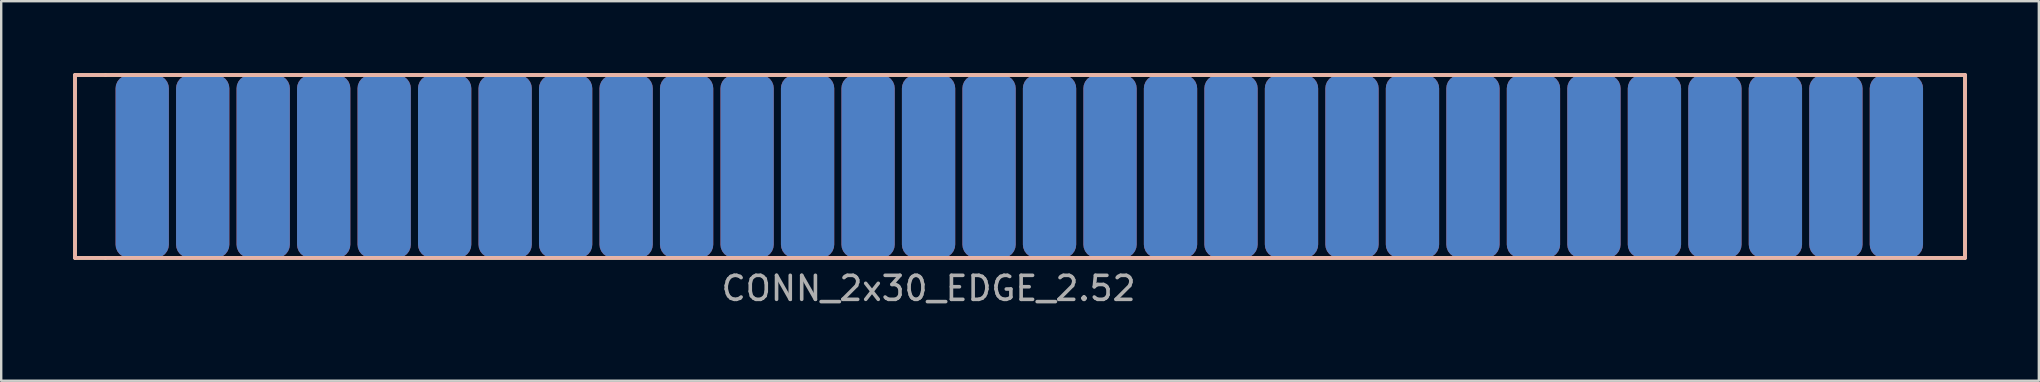
<source format=kicad_pcb>
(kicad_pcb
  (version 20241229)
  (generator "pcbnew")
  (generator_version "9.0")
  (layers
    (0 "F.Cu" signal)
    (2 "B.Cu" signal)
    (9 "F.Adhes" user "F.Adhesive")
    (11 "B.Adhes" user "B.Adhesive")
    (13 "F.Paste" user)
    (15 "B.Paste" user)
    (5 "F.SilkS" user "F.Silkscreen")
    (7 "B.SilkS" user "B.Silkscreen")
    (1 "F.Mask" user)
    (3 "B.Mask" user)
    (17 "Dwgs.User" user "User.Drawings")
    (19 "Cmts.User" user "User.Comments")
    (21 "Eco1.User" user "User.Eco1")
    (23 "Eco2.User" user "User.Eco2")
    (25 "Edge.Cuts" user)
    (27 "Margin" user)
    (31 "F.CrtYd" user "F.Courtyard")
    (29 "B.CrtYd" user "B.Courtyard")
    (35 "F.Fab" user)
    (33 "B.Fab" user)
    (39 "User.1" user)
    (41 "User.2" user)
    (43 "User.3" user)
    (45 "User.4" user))
  (footprint "CONN_2x30_EDGE_2.52"
    (layer "F.Cu")
    (at 35.635 3.885)
    (property "Reference" "CONN_2x30_EDGE_2.52" (at 0 5.08 0) (layer "F.Fab") (effects (font (size 1 1) (thickness 0.15))))
    (attr through_hole)
    (fp_line (start -35.56 -3.81) (end -35.56 3.81) (stroke (width 0.15) (type solid)) (layer "F.SilkS"))
    (fp_line (start -34.29 -3.81) (end -35.56 -3.81) (stroke (width 0.15) (type solid)) (layer "F.SilkS"))
    (fp_line (start -34.29 -3.81) (end 43.18 -3.81) (stroke (width 0.15) (type solid)) (layer "F.SilkS"))
    (fp_line (start -34.29 3.81) (end -35.56 3.81) (stroke (width 0.15) (type solid)) (layer "F.SilkS"))
    (fp_line (start 43.18 -3.81) (end 43.18 3.81) (stroke (width 0.15) (type solid)) (layer "F.SilkS"))
    (fp_line (start 43.18 3.81) (end -34.29 3.81) (stroke (width 0.15) (type solid)) (layer "F.SilkS"))
    (fp_line (start -35.56 -3.81) (end 43.18 -3.81) (stroke (width 0.15) (type solid)) (layer "B.SilkS"))
    (fp_line (start -35.56 3.81) (end -35.56 -3.81) (stroke (width 0.15) (type solid)) (layer "B.SilkS"))
    (fp_line (start 43.18 -3.81) (end 43.18 3.81) (stroke (width 0.15) (type solid)) (layer "B.SilkS"))
    (fp_line (start 43.18 3.81) (end -35.56 3.81) (stroke (width 0.15) (type solid)) (layer "B.SilkS"))
    (pad "a1" connect roundrect (at -32.76 0) (size 2.22 7.62) (layers "F.Cu" "F.Mask" "F.Paste") (roundrect_rratio 0.25))
    (pad "a2" connect roundrect (at -30.24 0) (size 2.22 7.62) (layers "F.Cu" "F.Mask" "F.Paste") (roundrect_rratio 0.25))
    (pad "a3" connect roundrect (at -27.72 0) (size 2.22 7.62) (layers "F.Cu" "F.Mask" "F.Paste") (roundrect_rratio 0.25))
    (pad "a4" connect roundrect (at -25.2 0) (size 2.22 7.62) (layers "F.Cu" "F.Mask" "F.Paste") (roundrect_rratio 0.25))
    (pad "a5" connect roundrect (at -22.68 0) (size 2.22 7.62) (layers "F.Cu" "F.Mask" "F.Paste") (roundrect_rratio 0.25))
    (pad "a6" connect roundrect (at -20.16 0) (size 2.22 7.62) (layers "F.Cu" "F.Mask" "F.Paste") (roundrect_rratio 0.25))
    (pad "a7" connect roundrect (at -17.64 0) (size 2.22 7.62) (layers "F.Cu" "F.Mask" "F.Paste") (roundrect_rratio 0.25))
    (pad "a8" connect roundrect (at -15.12 0) (size 2.22 7.62) (layers "F.Cu" "F.Mask" "F.Paste") (roundrect_rratio 0.25))
    (pad "a9" connect roundrect (at -12.6 0) (size 2.22 7.62) (layers "F.Cu" "F.Mask" "F.Paste") (roundrect_rratio 0.25))
    (pad "a10" connect roundrect (at -10.08 0) (size 2.22 7.62) (layers "F.Cu" "F.Mask" "F.Paste") (roundrect_rratio 0.25))
    (pad "a11" connect roundrect (at -7.56 0) (size 2.22 7.62) (layers "F.Cu" "F.Mask" "F.Paste") (roundrect_rratio 0.25))
    (pad "a12" connect roundrect (at -5.04 0) (size 2.22 7.62) (layers "F.Cu" "F.Mask" "F.Paste") (roundrect_rratio 0.25))
    (pad "a13" connect roundrect (at -2.52 0) (size 2.22 7.62) (layers "F.Cu" "F.Mask" "F.Paste") (roundrect_rratio 0.25))
    (pad "a14" connect roundrect (at 0 0) (size 2.22 7.62) (layers "F.Cu" "F.Mask" "F.Paste") (roundrect_rratio 0.25))
    (pad "a15" connect roundrect (at 2.52 0) (size 2.22 7.62) (layers "F.Cu" "F.Mask" "F.Paste") (roundrect_rratio 0.25))
    (pad "a16" connect roundrect (at 5.04 0) (size 2.22 7.62) (layers "F.Cu" "F.Mask" "F.Paste") (roundrect_rratio 0.25))
    (pad "a17" connect roundrect (at 7.56 0) (size 2.22 7.62) (layers "F.Cu" "F.Mask" "F.Paste") (roundrect_rratio 0.25))
    (pad "a18" connect roundrect (at 10.08 0) (size 2.22 7.62) (layers "F.Cu" "F.Mask" "F.Paste") (roundrect_rratio 0.25))
    (pad "a19" connect roundrect (at 12.6 0) (size 2.22 7.62) (layers "F.Cu" "F.Mask" "F.Paste") (roundrect_rratio 0.25))
    (pad "a20" connect roundrect (at 15.12 0) (size 2.22 7.62) (layers "F.Cu" "F.Mask" "F.Paste") (roundrect_rratio 0.25))
    (pad "a21" connect roundrect (at 17.64 0) (size 2.22 7.62) (layers "F.Cu" "F.Mask" "F.Paste") (roundrect_rratio 0.25))
    (pad "a22" connect roundrect (at 20.16 0) (size 2.22 7.62) (layers "F.Cu" "F.Mask" "F.Paste") (roundrect_rratio 0.25))
    (pad "a23" connect roundrect (at 22.68 0) (size 2.22 7.62) (layers "F.Cu" "F.Mask" "F.Paste") (roundrect_rratio 0.25))
    (pad "a24" connect roundrect (at 25.2 0) (size 2.22 7.62) (layers "F.Cu" "F.Mask" "F.Paste") (roundrect_rratio 0.25))
    (pad "a25" connect roundrect (at 27.72 0) (size 2.22 7.62) (layers "F.Cu" "F.Mask" "F.Paste") (roundrect_rratio 0.25))
    (pad "a26" connect roundrect (at 30.24 0) (size 2.22 7.62) (layers "F.Cu" "F.Mask" "F.Paste") (roundrect_rratio 0.25))
    (pad "a27" connect roundrect (at 32.76 0) (size 2.22 7.62) (layers "F.Cu" "F.Mask" "F.Paste") (roundrect_rratio 0.25))
    (pad "a28" connect roundrect (at 35.28 0) (size 2.22 7.62) (layers "F.Cu" "F.Mask" "F.Paste") (roundrect_rratio 0.25))
    (pad "a29" connect roundrect (at 37.8 0) (size 2.22 7.62) (layers "F.Cu" "F.Mask" "F.Paste") (roundrect_rratio 0.25))
    (pad "a30" connect roundrect (at 40.32 0) (size 2.22 7.62) (layers "F.Cu" "F.Mask" "F.Paste") (roundrect_rratio 0.25))
    (pad "b1" connect roundrect (at -32.76 0) (size 2.22 7.62) (layers "B.Cu" "B.Mask" "B.Paste") (roundrect_rratio 0.25))
    (pad "b2" connect roundrect (at -30.24 0) (size 2.22 7.62) (layers "B.Cu" "B.Mask" "B.Paste") (roundrect_rratio 0.25))
    (pad "b3" connect roundrect (at -27.72 0) (size 2.22 7.62) (layers "B.Cu" "B.Mask" "B.Paste") (roundrect_rratio 0.25))
    (pad "b4" connect roundrect (at -25.2 0) (size 2.22 7.62) (layers "B.Cu" "B.Mask" "B.Paste") (roundrect_rratio 0.25))
    (pad "b5" connect roundrect (at -22.68 0) (size 2.22 7.62) (layers "B.Cu" "B.Mask" "B.Paste") (roundrect_rratio 0.25))
    (pad "b6" connect roundrect (at -20.16 0) (size 2.22 7.62) (layers "B.Cu" "B.Mask" "B.Paste") (roundrect_rratio 0.25))
    (pad "b7" connect roundrect (at -17.64 0) (size 2.22 7.62) (layers "B.Cu" "B.Mask" "B.Paste") (roundrect_rratio 0.25))
    (pad "b8" connect roundrect (at -15.12 0) (size 2.22 7.62) (layers "B.Cu" "B.Mask" "B.Paste") (roundrect_rratio 0.25))
    (pad "b9" connect roundrect (at -12.6 0) (size 2.22 7.62) (layers "B.Cu" "B.Mask" "B.Paste") (roundrect_rratio 0.25))
    (pad "b10" connect roundrect (at -10.08 0) (size 2.22 7.62) (layers "B.Cu" "B.Mask" "B.Paste") (roundrect_rratio 0.25))
    (pad "b11" connect roundrect (at -7.56 0) (size 2.22 7.62) (layers "B.Cu" "B.Mask" "B.Paste") (roundrect_rratio 0.25))
    (pad "b12" connect roundrect (at -5.04 0) (size 2.22 7.62) (layers "B.Cu" "B.Mask" "B.Paste") (roundrect_rratio 0.25))
    (pad "b13" connect roundrect (at -2.52 0) (size 2.22 7.62) (layers "B.Cu" "B.Mask" "B.Paste") (roundrect_rratio 0.25))
    (pad "b14" connect roundrect (at 0 0) (size 2.22 7.62) (layers "B.Cu" "B.Mask" "B.Paste") (roundrect_rratio 0.25))
    (pad "b15" connect roundrect (at 2.52 0) (size 2.22 7.62) (layers "B.Cu" "B.Mask" "B.Paste") (roundrect_rratio 0.25))
    (pad "b16" connect roundrect (at 5.04 0) (size 2.22 7.62) (layers "B.Cu" "B.Mask" "B.Paste") (roundrect_rratio 0.25))
    (pad "b17" connect roundrect (at 7.56 0) (size 2.22 7.62) (layers "B.Cu" "B.Mask" "B.Paste") (roundrect_rratio 0.25))
    (pad "b18" connect roundrect (at 10.08 0) (size 2.22 7.62) (layers "B.Cu" "B.Mask" "B.Paste") (roundrect_rratio 0.25))
    (pad "b19" connect roundrect (at 12.6 0) (size 2.22 7.62) (layers "B.Cu" "B.Mask" "B.Paste") (roundrect_rratio 0.25))
    (pad "b20" connect roundrect (at 15.12 0) (size 2.22 7.62) (layers "B.Cu" "B.Mask" "B.Paste") (roundrect_rratio 0.25))
    (pad "b21" connect roundrect (at 17.64 0) (size 2.22 7.62) (layers "B.Cu" "B.Mask" "B.Paste") (roundrect_rratio 0.25))
    (pad "b22" connect roundrect (at 20.16 0) (size 2.22 7.62) (layers "B.Cu" "B.Mask" "B.Paste") (roundrect_rratio 0.25))
    (pad "b23" connect roundrect (at 22.68 0) (size 2.22 7.62) (layers "B.Cu" "B.Mask" "B.Paste") (roundrect_rratio 0.25))
    (pad "b24" connect roundrect (at 25.2 0) (size 2.22 7.62) (layers "B.Cu" "B.Mask" "B.Paste") (roundrect_rratio 0.25))
    (pad "b25" connect roundrect (at 27.72 0) (size 2.22 7.62) (layers "B.Cu" "B.Mask" "B.Paste") (roundrect_rratio 0.25))
    (pad "b26" connect roundrect (at 30.24 0) (size 2.22 7.62) (layers "B.Cu" "B.Mask" "B.Paste") (roundrect_rratio 0.25))
    (pad "b27" connect roundrect (at 32.76 0) (size 2.22 7.62) (layers "B.Cu" "B.Mask" "B.Paste") (roundrect_rratio 0.25))
    (pad "b28" connect roundrect (at 35.28 0) (size 2.22 7.62) (layers "B.Cu" "B.Mask" "B.Paste") (roundrect_rratio 0.25))
    (pad "b29" connect roundrect (at 37.8 0) (size 2.22 7.62) (layers "B.Cu" "B.Mask" "B.Paste") (roundrect_rratio 0.25))
    (pad "b30" connect roundrect (at 40.32 0) (size 2.22 7.62) (layers "B.Cu" "B.Mask" "B.Paste") (roundrect_rratio 0.25)))
  (gr_rect
    (start -3 -3)
    (end 81.89 12.813)
    (stroke (width 0.1) (type default))
    (fill no)
    (layer "Edge.Cuts")))
</source>
